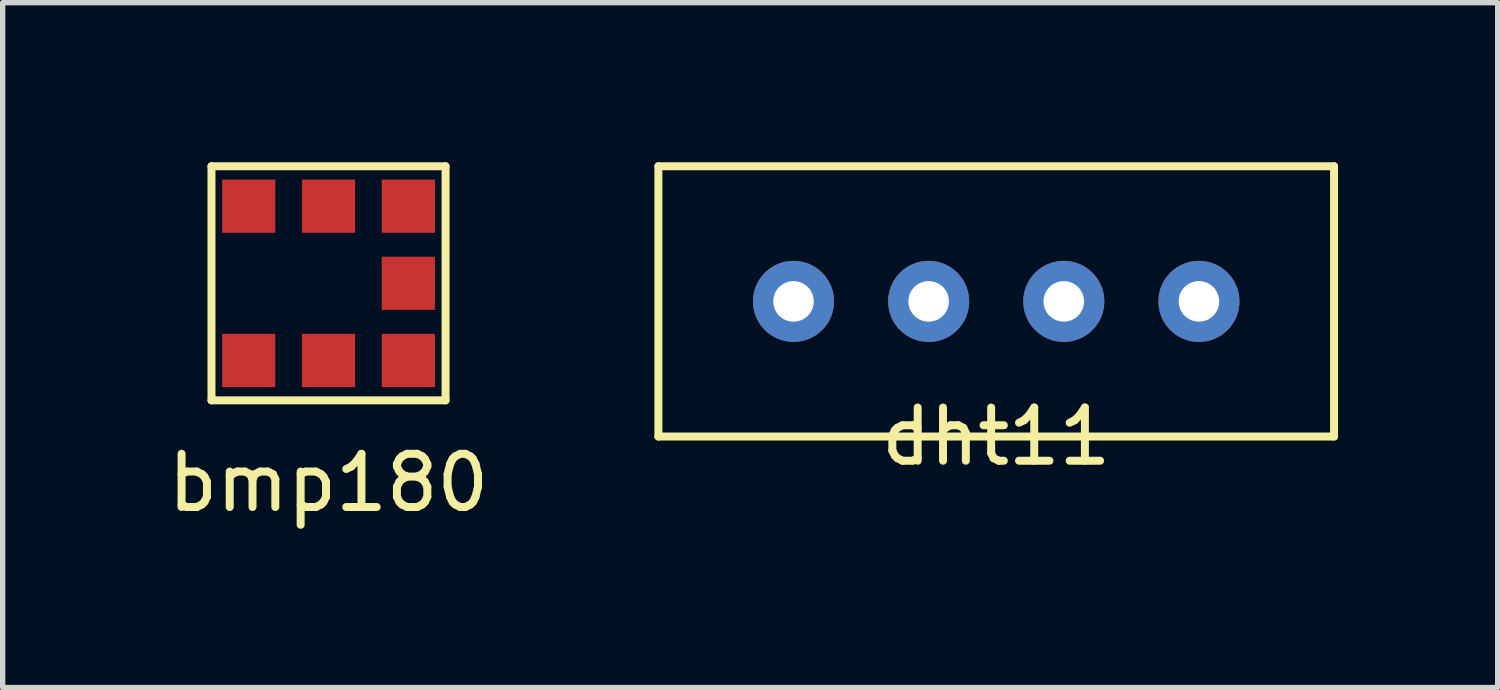
<source format=kicad_pcb>
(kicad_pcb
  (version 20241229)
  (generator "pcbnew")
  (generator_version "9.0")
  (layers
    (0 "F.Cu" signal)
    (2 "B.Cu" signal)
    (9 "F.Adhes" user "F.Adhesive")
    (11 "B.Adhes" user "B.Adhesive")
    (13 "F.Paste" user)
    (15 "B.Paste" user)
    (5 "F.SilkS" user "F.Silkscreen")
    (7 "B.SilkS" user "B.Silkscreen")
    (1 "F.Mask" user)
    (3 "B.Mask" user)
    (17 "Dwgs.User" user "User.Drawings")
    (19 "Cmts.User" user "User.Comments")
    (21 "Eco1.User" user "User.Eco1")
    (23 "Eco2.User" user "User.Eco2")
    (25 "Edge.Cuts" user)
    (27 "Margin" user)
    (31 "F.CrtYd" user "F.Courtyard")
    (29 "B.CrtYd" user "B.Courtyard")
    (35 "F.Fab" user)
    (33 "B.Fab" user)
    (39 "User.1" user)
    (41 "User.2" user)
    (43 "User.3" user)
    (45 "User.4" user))
  (footprint "dht11"
    (layer "F.Cu")
    (at 15.675 2.615)
    (property "Reference" "dht11" (at 0 2.54 0) (layer "F.SilkS") (effects (font (size 1 1) (thickness 0.15))))
    (attr through_hole)
    (fp_line (start -6.35 -2.54) (end 6.35 -2.54) (stroke (width 0.15) (type solid)) (layer "F.SilkS"))
    (fp_line (start -6.35 2.54) (end -6.35 -2.54) (stroke (width 0.15) (type solid)) (layer "F.SilkS"))
    (fp_line (start 6.35 -2.54) (end 6.35 2.54) (stroke (width 0.15) (type solid)) (layer "F.SilkS"))
    (fp_line (start 6.35 2.54) (end -6.35 2.54) (stroke (width 0.15) (type solid)) (layer "F.SilkS"))
    (pad "1" thru_hole circle (at -3.81 0) (size 1.524 1.524) (drill 0.762) (layers "*.Cu" "*.Mask"))
    (pad "2" thru_hole circle (at -1.27 0) (size 1.524 1.524) (drill 0.762) (layers "*.Cu" "*.Mask"))
    (pad "3" thru_hole circle (at 1.27 0) (size 1.524 1.524) (drill 0.762) (layers "*.Cu" "*.Mask"))
    (pad "4" thru_hole circle (at 3.81 0) (size 1.524 1.524) (drill 0.762) (layers "*.Cu" "*.Mask")))
  (footprint "bmp180"
    (layer "F.Cu")
    (at 3.125 2.275)
    (property "Reference" "bmp180" (at 0 3.75 0) (layer "F.SilkS") (effects (font (size 1 1) (thickness 0.15))))
    (attr through_hole)
    (fp_line (start -2.2 -2.2) (end 2.2 -2.2) (stroke (width 0.15) (type solid)) (layer "F.SilkS"))
    (fp_line (start -2.2 2.2) (end -2.2 -2.2) (stroke (width 0.15) (type solid)) (layer "F.SilkS"))
    (fp_line (start 2.2 -2.2) (end 2.2 2.2) (stroke (width 0.15) (type solid)) (layer "F.SilkS"))
    (fp_line (start 2.2 2.2) (end -2.2 2.2) (stroke (width 0.15) (type solid)) (layer "F.SilkS"))
    (pad "1" smd rect (at -1.5 -1.45) (size 1 1) (layers "F.Cu" "F.Mask" "F.Paste"))
    (pad "2" smd rect (at 0 -1.45) (size 1 1) (layers "F.Cu" "F.Mask" "F.Paste"))
    (pad "3" smd rect (at 1.5 -1.45) (size 1 1) (layers "F.Cu" "F.Mask" "F.Paste"))
    (pad "4" smd rect (at 1.5 0) (size 1 1) (layers "F.Cu" "F.Mask" "F.Paste"))
    (pad "5" smd rect (at 1.5 1.45) (size 1 1) (layers "F.Cu" "F.Mask" "F.Paste"))
    (pad "6" smd rect (at 0 1.45) (size 1 1) (layers "F.Cu" "F.Mask" "F.Paste"))
    (pad "7" smd rect (at -1.5 1.45) (size 1 1) (layers "F.Cu" "F.Mask" "F.Paste")))
  (gr_rect
    (start -3 -3)
    (end 25.1 9.873)
    (stroke (width 0.1) (type default))
    (fill no)
    (layer "Edge.Cuts")))
</source>
